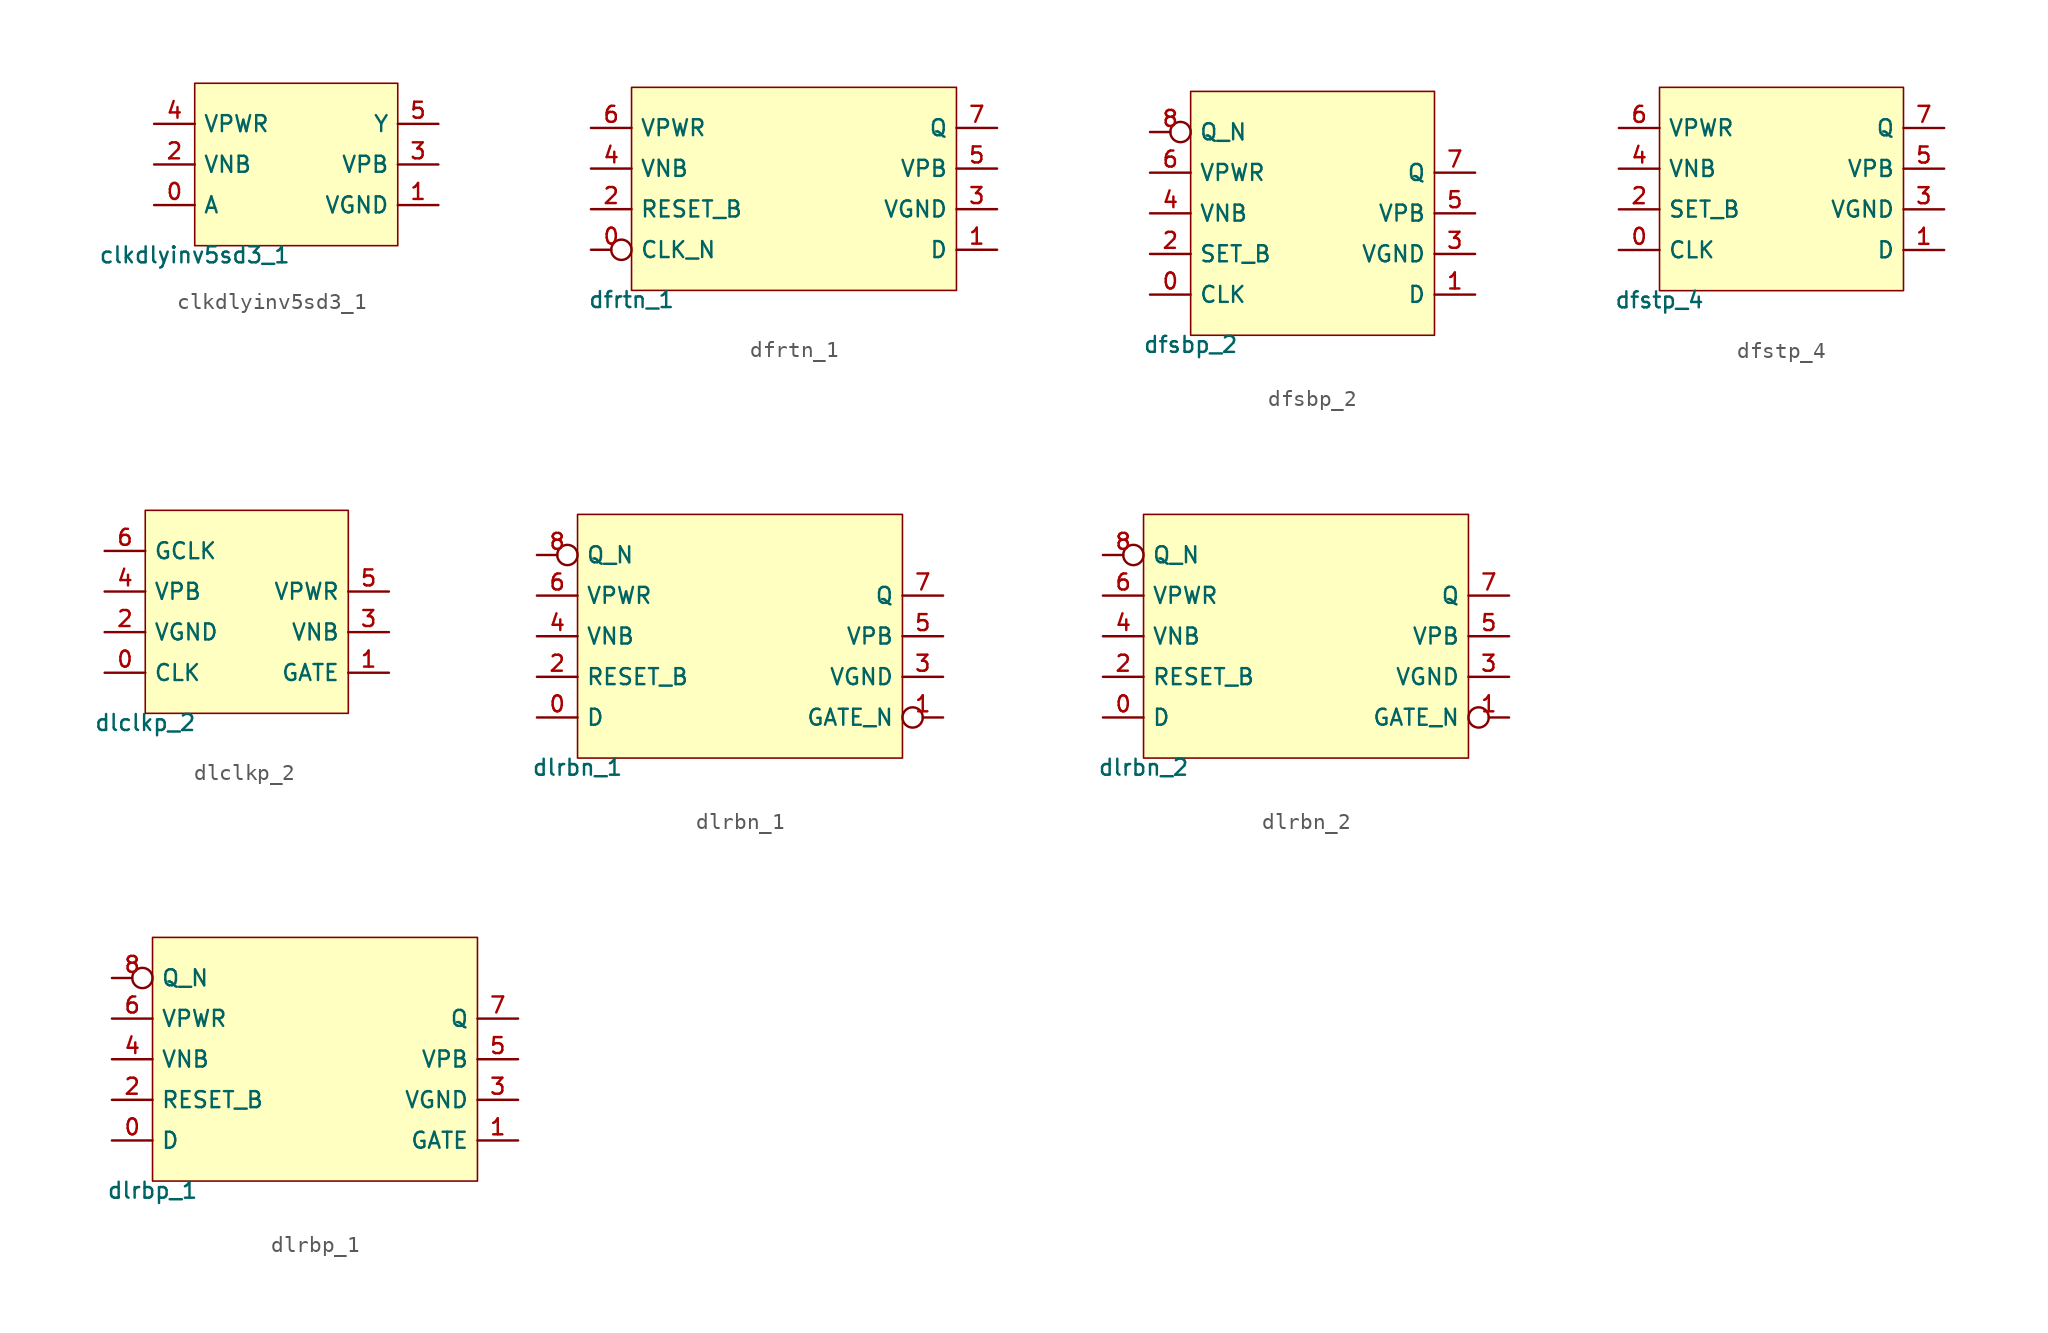
<source format=kicad_sym>
(kicad_symbol_lib
  (version 20211014)
  (generator pdk2kicad)
  (symbol "clkdlyinv5sd3_1"
    (property "Reference" "X"
      (at 0 0 0)
      (effects (font (size 1 1)) hide))
    (property "Value" "clkdlyinv5sd3_1"
      (at -6.35 -5.08 0)
      (effects (font (size 1 1)) (justify top)))
    (rectangle
      (start -6.35 -5.08)
      (end 6.35 5.08)
      (stroke (width 0.1) (type solid) (color 0 0 0 0))
      (fill (type background)))
    (pin bidirectional line
      (at -8.89 -2.54 0)
      (length 2.54)
      (name "A" (effects (font (size 1 1)) hide))
      (number "0" (effects (font (size 1 1)) hide)))
    (pin bidirectional line
      (at 8.89 -2.54 180)
      (length 2.54)
      (name "VGND" (effects (font (size 1 1)) hide))
      (number "1" (effects (font (size 1 1)) hide)))
    (pin bidirectional line
      (at -8.89 0.0 0)
      (length 2.54)
      (name "VNB" (effects (font (size 1 1)) hide))
      (number "2" (effects (font (size 1 1)) hide)))
    (pin bidirectional line
      (at 8.89 0.0 180)
      (length 2.54)
      (name "VPB" (effects (font (size 1 1)) hide))
      (number "3" (effects (font (size 1 1)) hide)))
    (pin bidirectional line
      (at -8.89 2.54 0)
      (length 2.54)
      (name "VPWR" (effects (font (size 1 1)) hide))
      (number "4" (effects (font (size 1 1)) hide)))
    (pin bidirectional line
      (at 8.89 2.54 180)
      (length 2.54)
      (name "Y" (effects (font (size 1 1)) hide))
      (number "5" (effects (font (size 1 1)) hide))))
  (symbol "dfrtn_1"
    (property "Reference" "X"
      (at 0 0 0)
      (effects (font (size 1 1)) hide))
    (property "Value" "dfrtn_1"
      (at -10.16 -6.35 0)
      (effects (font (size 1 1)) (justify top)))
    (rectangle
      (start -10.16 -6.35)
      (end 10.16 6.35)
      (stroke (width 0.1) (type solid) (color 0 0 0 0))
      (fill (type background)))
    (pin bidirectional inverted
      (at -12.7 -3.81 0)
      (length 2.54)
      (name "CLK_N" (effects (font (size 1 1)) hide))
      (number "0" (effects (font (size 1 1)) hide)))
    (pin bidirectional line
      (at 12.7 -3.81 180)
      (length 2.54)
      (name "D" (effects (font (size 1 1)) hide))
      (number "1" (effects (font (size 1 1)) hide)))
    (pin bidirectional line
      (at -12.7 -1.27 0)
      (length 2.54)
      (name "RESET_B" (effects (font (size 1 1)) hide))
      (number "2" (effects (font (size 1 1)) hide)))
    (pin bidirectional line
      (at 12.7 -1.27 180)
      (length 2.54)
      (name "VGND" (effects (font (size 1 1)) hide))
      (number "3" (effects (font (size 1 1)) hide)))
    (pin bidirectional line
      (at -12.7 1.27 0)
      (length 2.54)
      (name "VNB" (effects (font (size 1 1)) hide))
      (number "4" (effects (font (size 1 1)) hide)))
    (pin bidirectional line
      (at 12.7 1.27 180)
      (length 2.54)
      (name "VPB" (effects (font (size 1 1)) hide))
      (number "5" (effects (font (size 1 1)) hide)))
    (pin bidirectional line
      (at -12.7 3.81 0)
      (length 2.54)
      (name "VPWR" (effects (font (size 1 1)) hide))
      (number "6" (effects (font (size 1 1)) hide)))
    (pin bidirectional line
      (at 12.7 3.81 180)
      (length 2.54)
      (name "Q" (effects (font (size 1 1)) hide))
      (number "7" (effects (font (size 1 1)) hide))))
  (symbol "dfsbp_2"
    (property "Reference" "X"
      (at 0 0 0)
      (effects (font (size 1 1)) hide))
    (property "Value" "dfsbp_2"
      (at -7.62 -7.62 0)
      (effects (font (size 1 1)) (justify top)))
    (rectangle
      (start -7.62 -7.62)
      (end 7.62 7.62)
      (stroke (width 0.1) (type solid) (color 0 0 0 0))
      (fill (type background)))
    (pin bidirectional line
      (at -10.16 -5.08 0)
      (length 2.54)
      (name "CLK" (effects (font (size 1 1)) hide))
      (number "0" (effects (font (size 1 1)) hide)))
    (pin bidirectional line
      (at 10.16 -5.08 180)
      (length 2.54)
      (name "D" (effects (font (size 1 1)) hide))
      (number "1" (effects (font (size 1 1)) hide)))
    (pin bidirectional line
      (at -10.16 -2.54 0)
      (length 2.54)
      (name "SET_B" (effects (font (size 1 1)) hide))
      (number "2" (effects (font (size 1 1)) hide)))
    (pin bidirectional line
      (at 10.16 -2.54 180)
      (length 2.54)
      (name "VGND" (effects (font (size 1 1)) hide))
      (number "3" (effects (font (size 1 1)) hide)))
    (pin bidirectional line
      (at -10.16 8.881784197001252e-16 0)
      (length 2.54)
      (name "VNB" (effects (font (size 1 1)) hide))
      (number "4" (effects (font (size 1 1)) hide)))
    (pin bidirectional line
      (at 10.16 8.881784197001252e-16 180)
      (length 2.54)
      (name "VPB" (effects (font (size 1 1)) hide))
      (number "5" (effects (font (size 1 1)) hide)))
    (pin bidirectional line
      (at -10.16 2.54 0)
      (length 2.54)
      (name "VPWR" (effects (font (size 1 1)) hide))
      (number "6" (effects (font (size 1 1)) hide)))
    (pin bidirectional line
      (at 10.16 2.54 180)
      (length 2.54)
      (name "Q" (effects (font (size 1 1)) hide))
      (number "7" (effects (font (size 1 1)) hide)))
    (pin bidirectional inverted
      (at -10.16 5.08 0)
      (length 2.54)
      (name "Q_N" (effects (font (size 1 1)) hide))
      (number "8" (effects (font (size 1 1)) hide))))
  (symbol "dfstp_4"
    (property "Reference" "X"
      (at 0 0 0)
      (effects (font (size 1 1)) hide))
    (property "Value" "dfstp_4"
      (at -7.62 -6.35 0)
      (effects (font (size 1 1)) (justify top)))
    (rectangle
      (start -7.62 -6.35)
      (end 7.62 6.35)
      (stroke (width 0.1) (type solid) (color 0 0 0 0))
      (fill (type background)))
    (pin bidirectional line
      (at -10.16 -3.81 0)
      (length 2.54)
      (name "CLK" (effects (font (size 1 1)) hide))
      (number "0" (effects (font (size 1 1)) hide)))
    (pin bidirectional line
      (at 10.16 -3.81 180)
      (length 2.54)
      (name "D" (effects (font (size 1 1)) hide))
      (number "1" (effects (font (size 1 1)) hide)))
    (pin bidirectional line
      (at -10.16 -1.27 0)
      (length 2.54)
      (name "SET_B" (effects (font (size 1 1)) hide))
      (number "2" (effects (font (size 1 1)) hide)))
    (pin bidirectional line
      (at 10.16 -1.27 180)
      (length 2.54)
      (name "VGND" (effects (font (size 1 1)) hide))
      (number "3" (effects (font (size 1 1)) hide)))
    (pin bidirectional line
      (at -10.16 1.27 0)
      (length 2.54)
      (name "VNB" (effects (font (size 1 1)) hide))
      (number "4" (effects (font (size 1 1)) hide)))
    (pin bidirectional line
      (at 10.16 1.27 180)
      (length 2.54)
      (name "VPB" (effects (font (size 1 1)) hide))
      (number "5" (effects (font (size 1 1)) hide)))
    (pin bidirectional line
      (at -10.16 3.81 0)
      (length 2.54)
      (name "VPWR" (effects (font (size 1 1)) hide))
      (number "6" (effects (font (size 1 1)) hide)))
    (pin bidirectional line
      (at 10.16 3.81 180)
      (length 2.54)
      (name "Q" (effects (font (size 1 1)) hide))
      (number "7" (effects (font (size 1 1)) hide))))
  (symbol "dlclkp_2"
    (property "Reference" "X"
      (at 0 0 0)
      (effects (font (size 1 1)) hide))
    (property "Value" "dlclkp_2"
      (at -6.35 -6.35 0)
      (effects (font (size 1 1)) (justify top)))
    (rectangle
      (start -6.35 -6.35)
      (end 6.35 6.35)
      (stroke (width 0.1) (type solid) (color 0 0 0 0))
      (fill (type background)))
    (pin bidirectional line
      (at -8.89 -3.81 0)
      (length 2.54)
      (name "CLK" (effects (font (size 1 1)) hide))
      (number "0" (effects (font (size 1 1)) hide)))
    (pin bidirectional line
      (at 8.89 -3.81 180)
      (length 2.54)
      (name "GATE" (effects (font (size 1 1)) hide))
      (number "1" (effects (font (size 1 1)) hide)))
    (pin bidirectional line
      (at -8.89 -1.27 0)
      (length 2.54)
      (name "VGND" (effects (font (size 1 1)) hide))
      (number "2" (effects (font (size 1 1)) hide)))
    (pin bidirectional line
      (at 8.89 -1.27 180)
      (length 2.54)
      (name "VNB" (effects (font (size 1 1)) hide))
      (number "3" (effects (font (size 1 1)) hide)))
    (pin bidirectional line
      (at -8.89 1.27 0)
      (length 2.54)
      (name "VPB" (effects (font (size 1 1)) hide))
      (number "4" (effects (font (size 1 1)) hide)))
    (pin bidirectional line
      (at 8.89 1.27 180)
      (length 2.54)
      (name "VPWR" (effects (font (size 1 1)) hide))
      (number "5" (effects (font (size 1 1)) hide)))
    (pin bidirectional line
      (at -8.89 3.81 0)
      (length 2.54)
      (name "GCLK" (effects (font (size 1 1)) hide))
      (number "6" (effects (font (size 1 1)) hide))))
  (symbol "dlrbn_1"
    (property "Reference" "X"
      (at 0 0 0)
      (effects (font (size 1 1)) hide))
    (property "Value" "dlrbn_1"
      (at -10.16 -7.62 0)
      (effects (font (size 1 1)) (justify top)))
    (rectangle
      (start -10.16 -7.62)
      (end 10.16 7.62)
      (stroke (width 0.1) (type solid) (color 0 0 0 0))
      (fill (type background)))
    (pin bidirectional line
      (at -12.7 -5.08 0)
      (length 2.54)
      (name "D" (effects (font (size 1 1)) hide))
      (number "0" (effects (font (size 1 1)) hide)))
    (pin bidirectional inverted
      (at 12.7 -5.08 180)
      (length 2.54)
      (name "GATE_N" (effects (font (size 1 1)) hide))
      (number "1" (effects (font (size 1 1)) hide)))
    (pin bidirectional line
      (at -12.7 -2.54 0)
      (length 2.54)
      (name "RESET_B" (effects (font (size 1 1)) hide))
      (number "2" (effects (font (size 1 1)) hide)))
    (pin bidirectional line
      (at 12.7 -2.54 180)
      (length 2.54)
      (name "VGND" (effects (font (size 1 1)) hide))
      (number "3" (effects (font (size 1 1)) hide)))
    (pin bidirectional line
      (at -12.7 8.881784197001252e-16 0)
      (length 2.54)
      (name "VNB" (effects (font (size 1 1)) hide))
      (number "4" (effects (font (size 1 1)) hide)))
    (pin bidirectional line
      (at 12.7 8.881784197001252e-16 180)
      (length 2.54)
      (name "VPB" (effects (font (size 1 1)) hide))
      (number "5" (effects (font (size 1 1)) hide)))
    (pin bidirectional line
      (at -12.7 2.54 0)
      (length 2.54)
      (name "VPWR" (effects (font (size 1 1)) hide))
      (number "6" (effects (font (size 1 1)) hide)))
    (pin bidirectional line
      (at 12.7 2.54 180)
      (length 2.54)
      (name "Q" (effects (font (size 1 1)) hide))
      (number "7" (effects (font (size 1 1)) hide)))
    (pin bidirectional inverted
      (at -12.7 5.08 0)
      (length 2.54)
      (name "Q_N" (effects (font (size 1 1)) hide))
      (number "8" (effects (font (size 1 1)) hide))))
  (symbol "dlrbn_2"
    (property "Reference" "X"
      (at 0 0 0)
      (effects (font (size 1 1)) hide))
    (property "Value" "dlrbn_2"
      (at -10.16 -7.62 0)
      (effects (font (size 1 1)) (justify top)))
    (rectangle
      (start -10.16 -7.62)
      (end 10.16 7.62)
      (stroke (width 0.1) (type solid) (color 0 0 0 0))
      (fill (type background)))
    (pin bidirectional line
      (at -12.7 -5.08 0)
      (length 2.54)
      (name "D" (effects (font (size 1 1)) hide))
      (number "0" (effects (font (size 1 1)) hide)))
    (pin bidirectional inverted
      (at 12.7 -5.08 180)
      (length 2.54)
      (name "GATE_N" (effects (font (size 1 1)) hide))
      (number "1" (effects (font (size 1 1)) hide)))
    (pin bidirectional line
      (at -12.7 -2.54 0)
      (length 2.54)
      (name "RESET_B" (effects (font (size 1 1)) hide))
      (number "2" (effects (font (size 1 1)) hide)))
    (pin bidirectional line
      (at 12.7 -2.54 180)
      (length 2.54)
      (name "VGND" (effects (font (size 1 1)) hide))
      (number "3" (effects (font (size 1 1)) hide)))
    (pin bidirectional line
      (at -12.7 8.881784197001252e-16 0)
      (length 2.54)
      (name "VNB" (effects (font (size 1 1)) hide))
      (number "4" (effects (font (size 1 1)) hide)))
    (pin bidirectional line
      (at 12.7 8.881784197001252e-16 180)
      (length 2.54)
      (name "VPB" (effects (font (size 1 1)) hide))
      (number "5" (effects (font (size 1 1)) hide)))
    (pin bidirectional line
      (at -12.7 2.54 0)
      (length 2.54)
      (name "VPWR" (effects (font (size 1 1)) hide))
      (number "6" (effects (font (size 1 1)) hide)))
    (pin bidirectional line
      (at 12.7 2.54 180)
      (length 2.54)
      (name "Q" (effects (font (size 1 1)) hide))
      (number "7" (effects (font (size 1 1)) hide)))
    (pin bidirectional inverted
      (at -12.7 5.08 0)
      (length 2.54)
      (name "Q_N" (effects (font (size 1 1)) hide))
      (number "8" (effects (font (size 1 1)) hide))))
  (symbol "dlrbp_1"
    (property "Reference" "X"
      (at 0 0 0)
      (effects (font (size 1 1)) hide))
    (property "Value" "dlrbp_1"
      (at -10.16 -7.62 0)
      (effects (font (size 1 1)) (justify top)))
    (rectangle
      (start -10.16 -7.62)
      (end 10.16 7.62)
      (stroke (width 0.1) (type solid) (color 0 0 0 0))
      (fill (type background)))
    (pin bidirectional line
      (at -12.7 -5.08 0)
      (length 2.54)
      (name "D" (effects (font (size 1 1)) hide))
      (number "0" (effects (font (size 1 1)) hide)))
    (pin bidirectional line
      (at 12.7 -5.08 180)
      (length 2.54)
      (name "GATE" (effects (font (size 1 1)) hide))
      (number "1" (effects (font (size 1 1)) hide)))
    (pin bidirectional line
      (at -12.7 -2.54 0)
      (length 2.54)
      (name "RESET_B" (effects (font (size 1 1)) hide))
      (number "2" (effects (font (size 1 1)) hide)))
    (pin bidirectional line
      (at 12.7 -2.54 180)
      (length 2.54)
      (name "VGND" (effects (font (size 1 1)) hide))
      (number "3" (effects (font (size 1 1)) hide)))
    (pin bidirectional line
      (at -12.7 8.881784197001252e-16 0)
      (length 2.54)
      (name "VNB" (effects (font (size 1 1)) hide))
      (number "4" (effects (font (size 1 1)) hide)))
    (pin bidirectional line
      (at 12.7 8.881784197001252e-16 180)
      (length 2.54)
      (name "VPB" (effects (font (size 1 1)) hide))
      (number "5" (effects (font (size 1 1)) hide)))
    (pin bidirectional line
      (at -12.7 2.54 0)
      (length 2.54)
      (name "VPWR" (effects (font (size 1 1)) hide))
      (number "6" (effects (font (size 1 1)) hide)))
    (pin bidirectional line
      (at 12.7 2.54 180)
      (length 2.54)
      (name "Q" (effects (font (size 1 1)) hide))
      (number "7" (effects (font (size 1 1)) hide)))
    (pin bidirectional inverted
      (at -12.7 5.08 0)
      (length 2.54)
      (name "Q_N" (effects (font (size 1 1)) hide))
      (number "8" (effects (font (size 1 1)) hide)))))
</source>
